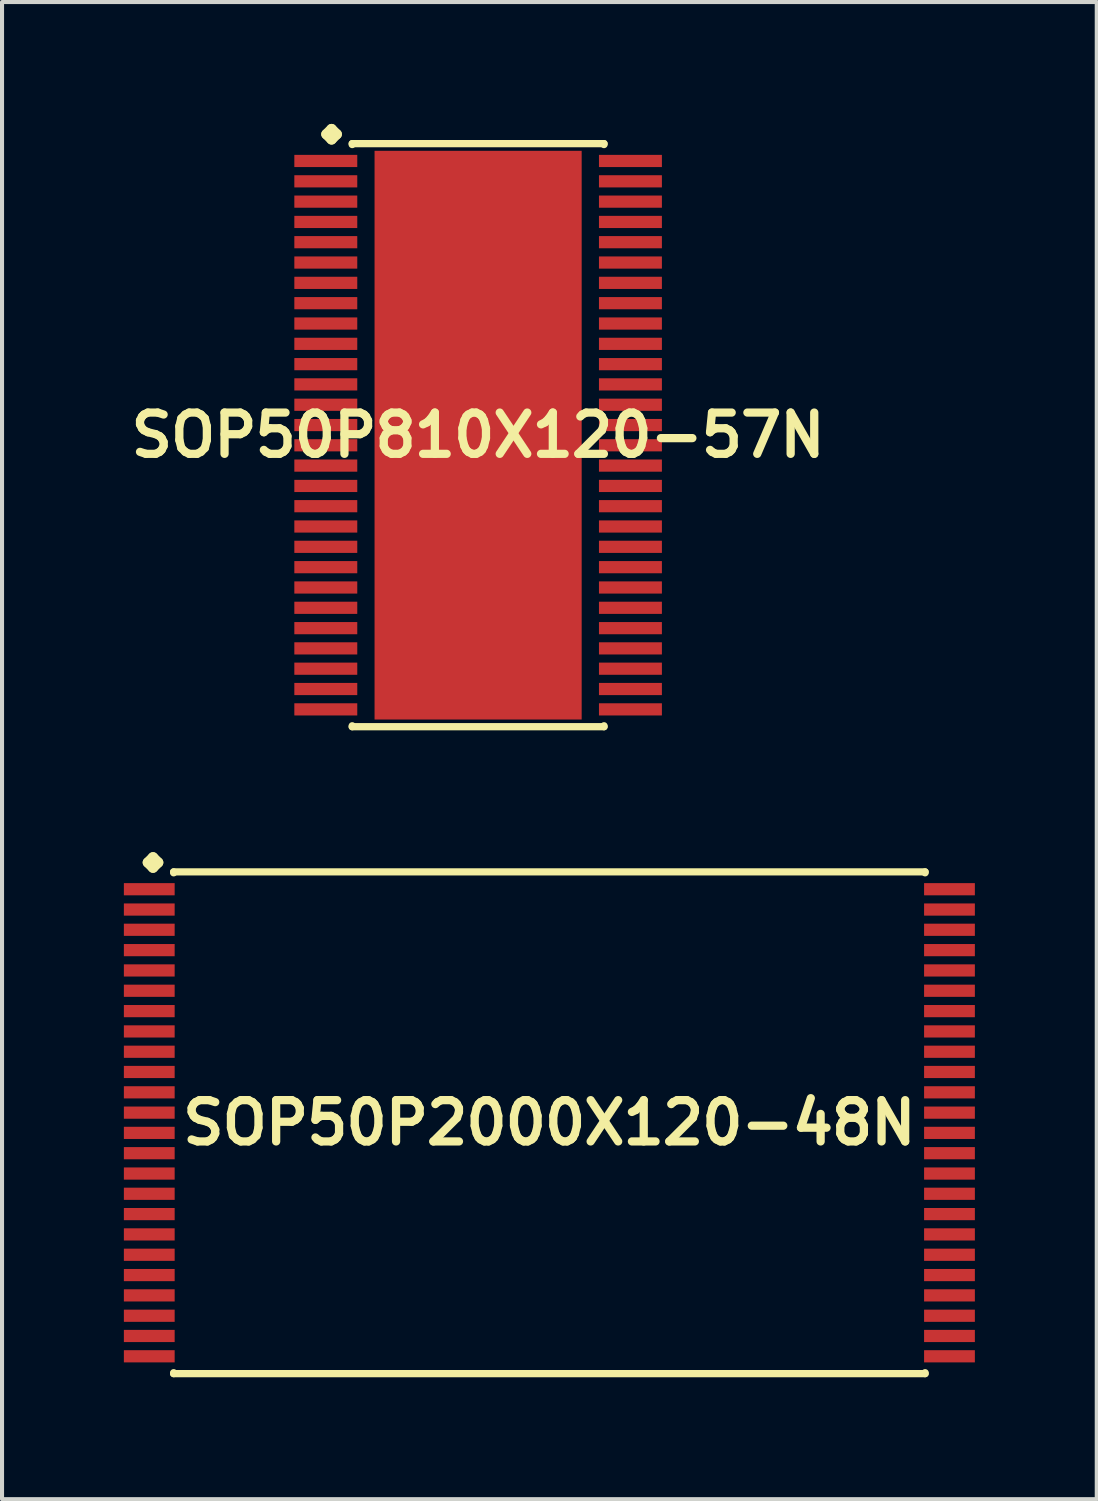
<source format=kicad_pcb>
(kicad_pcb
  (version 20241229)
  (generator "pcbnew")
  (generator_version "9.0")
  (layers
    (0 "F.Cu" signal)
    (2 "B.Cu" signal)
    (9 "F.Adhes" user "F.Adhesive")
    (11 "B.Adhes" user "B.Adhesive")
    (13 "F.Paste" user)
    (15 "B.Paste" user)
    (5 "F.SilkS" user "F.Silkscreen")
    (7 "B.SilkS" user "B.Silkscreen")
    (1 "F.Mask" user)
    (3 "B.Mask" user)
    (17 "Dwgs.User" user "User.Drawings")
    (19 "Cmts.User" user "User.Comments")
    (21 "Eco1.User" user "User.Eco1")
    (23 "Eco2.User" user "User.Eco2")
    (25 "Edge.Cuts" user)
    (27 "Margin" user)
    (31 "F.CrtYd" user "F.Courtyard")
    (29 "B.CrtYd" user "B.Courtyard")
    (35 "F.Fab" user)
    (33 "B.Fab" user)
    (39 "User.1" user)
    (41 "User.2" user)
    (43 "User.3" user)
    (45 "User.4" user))
  (footprint "SOP50P810X120-57N"
    (layer "F.Cu")
    (at 8.718 7.661)
    (property "Reference" "SOP50P810X120-57N" (at 0 0 0) (layer "F.SilkS") (effects (font (size 1.016 1.016) (thickness 0.203))))
    (attr smd)
    (fp_line (start -3.734 -7.407) (end -3.607 -7.534) (stroke (width 0.254) (type solid)) (layer "F.SilkS"))
    (fp_line (start -3.607 -7.534) (end -3.48 -7.407) (stroke (width 0.254) (type solid)) (layer "F.SilkS"))
    (fp_line (start -3.607 -7.28) (end -3.734 -7.407) (stroke (width 0.254) (type solid)) (layer "F.SilkS"))
    (fp_line (start -3.48 -7.407) (end -3.607 -7.28) (stroke (width 0.254) (type solid)) (layer "F.SilkS"))
    (fp_line (start -3.099 -7.176) (end 3.099 -7.176) (stroke (width 0.178) (type solid)) (layer "F.SilkS"))
    (fp_line (start -3.099 -7.153) (end -3.099 -7.176) (stroke (width 0.178) (type solid)) (layer "F.SilkS"))
    (fp_line (start -3.099 7.153) (end -3.099 7.176) (stroke (width 0.178) (type solid)) (layer "F.SilkS"))
    (fp_line (start -3.099 7.176) (end 3.099 7.176) (stroke (width 0.178) (type solid)) (layer "F.SilkS"))
    (fp_line (start 3.099 -7.176) (end 3.099 -7.153) (stroke (width 0.178) (type solid)) (layer "F.SilkS"))
    (fp_line (start 3.099 7.176) (end 3.099 7.153) (stroke (width 0.178) (type solid)) (layer "F.SilkS"))
    (pad "1" smd rect (at -3.749 -6.749) (size 1.549 0.3) (layers "F.Cu" "F.Mask" "F.Paste"))
    (pad "2" smd rect (at -3.749 -6.248) (size 1.549 0.3) (layers "F.Cu" "F.Mask" "F.Paste"))
    (pad "3" smd rect (at -3.749 -5.748) (size 1.549 0.3) (layers "F.Cu" "F.Mask" "F.Paste"))
    (pad "4" smd rect (at -3.749 -5.248) (size 1.549 0.3) (layers "F.Cu" "F.Mask" "F.Paste"))
    (pad "5" smd rect (at -3.749 -4.75) (size 1.549 0.3) (layers "F.Cu" "F.Mask" "F.Paste"))
    (pad "6" smd rect (at -3.749 -4.249) (size 1.549 0.3) (layers "F.Cu" "F.Mask" "F.Paste"))
    (pad "7" smd rect (at -3.749 -3.749) (size 1.549 0.3) (layers "F.Cu" "F.Mask" "F.Paste"))
    (pad "8" smd rect (at -3.749 -3.249) (size 1.549 0.3) (layers "F.Cu" "F.Mask" "F.Paste"))
    (pad "9" smd rect (at -3.749 -2.748) (size 1.549 0.3) (layers "F.Cu" "F.Mask" "F.Paste"))
    (pad "10" smd rect (at -3.749 -2.248) (size 1.549 0.3) (layers "F.Cu" "F.Mask" "F.Paste"))
    (pad "11" smd rect (at -3.749 -1.748) (size 1.549 0.3) (layers "F.Cu" "F.Mask" "F.Paste"))
    (pad "12" smd rect (at -3.749 -1.25) (size 1.549 0.3) (layers "F.Cu" "F.Mask" "F.Paste"))
    (pad "13" smd rect (at -3.749 -0.749) (size 1.549 0.3) (layers "F.Cu" "F.Mask" "F.Paste"))
    (pad "14" smd rect (at -3.749 -0.249) (size 1.549 0.3) (layers "F.Cu" "F.Mask" "F.Paste"))
    (pad "15" smd rect (at -3.749 0.249) (size 1.549 0.3) (layers "F.Cu" "F.Mask" "F.Paste"))
    (pad "16" smd rect (at -3.749 0.749) (size 1.549 0.3) (layers "F.Cu" "F.Mask" "F.Paste"))
    (pad "17" smd rect (at -3.749 1.25) (size 1.549 0.3) (layers "F.Cu" "F.Mask" "F.Paste"))
    (pad "18" smd rect (at -3.749 1.748) (size 1.549 0.3) (layers "F.Cu" "F.Mask" "F.Paste"))
    (pad "19" smd rect (at -3.749 2.248) (size 1.549 0.3) (layers "F.Cu" "F.Mask" "F.Paste"))
    (pad "20" smd rect (at -3.749 2.748) (size 1.549 0.3) (layers "F.Cu" "F.Mask" "F.Paste"))
    (pad "21" smd rect (at -3.749 3.249) (size 1.549 0.3) (layers "F.Cu" "F.Mask" "F.Paste"))
    (pad "22" smd rect (at -3.749 3.749) (size 1.549 0.3) (layers "F.Cu" "F.Mask" "F.Paste"))
    (pad "23" smd rect (at -3.749 4.249) (size 1.549 0.3) (layers "F.Cu" "F.Mask" "F.Paste"))
    (pad "24" smd rect (at -3.749 4.75) (size 1.549 0.3) (layers "F.Cu" "F.Mask" "F.Paste"))
    (pad "25" smd rect (at -3.749 5.248) (size 1.549 0.3) (layers "F.Cu" "F.Mask" "F.Paste"))
    (pad "26" smd rect (at -3.749 5.748) (size 1.549 0.3) (layers "F.Cu" "F.Mask" "F.Paste"))
    (pad "27" smd rect (at -3.749 6.248) (size 1.549 0.3) (layers "F.Cu" "F.Mask" "F.Paste"))
    (pad "28" smd rect (at -3.749 6.749) (size 1.549 0.3) (layers "F.Cu" "F.Mask" "F.Paste"))
    (pad "29" smd rect (at 3.749 6.749) (size 1.549 0.3) (layers "F.Cu" "F.Mask" "F.Paste"))
    (pad "30" smd rect (at 3.749 6.248) (size 1.549 0.3) (layers "F.Cu" "F.Mask" "F.Paste"))
    (pad "31" smd rect (at 3.749 5.748) (size 1.549 0.3) (layers "F.Cu" "F.Mask" "F.Paste"))
    (pad "32" smd rect (at 3.749 5.248) (size 1.549 0.3) (layers "F.Cu" "F.Mask" "F.Paste"))
    (pad "33" smd rect (at 3.749 4.75) (size 1.549 0.3) (layers "F.Cu" "F.Mask" "F.Paste"))
    (pad "34" smd rect (at 3.749 4.249) (size 1.549 0.3) (layers "F.Cu" "F.Mask" "F.Paste"))
    (pad "35" smd rect (at 3.749 3.749) (size 1.549 0.3) (layers "F.Cu" "F.Mask" "F.Paste"))
    (pad "36" smd rect (at 3.749 3.249) (size 1.549 0.3) (layers "F.Cu" "F.Mask" "F.Paste"))
    (pad "37" smd rect (at 3.749 2.748) (size 1.549 0.3) (layers "F.Cu" "F.Mask" "F.Paste"))
    (pad "38" smd rect (at 3.749 2.248) (size 1.549 0.3) (layers "F.Cu" "F.Mask" "F.Paste"))
    (pad "39" smd rect (at 3.749 1.748) (size 1.549 0.3) (layers "F.Cu" "F.Mask" "F.Paste"))
    (pad "40" smd rect (at 3.749 1.25) (size 1.549 0.3) (layers "F.Cu" "F.Mask" "F.Paste"))
    (pad "41" smd rect (at 3.749 0.749) (size 1.549 0.3) (layers "F.Cu" "F.Mask" "F.Paste"))
    (pad "42" smd rect (at 3.749 0.249) (size 1.549 0.3) (layers "F.Cu" "F.Mask" "F.Paste"))
    (pad "43" smd rect (at 3.749 -0.249) (size 1.549 0.3) (layers "F.Cu" "F.Mask" "F.Paste"))
    (pad "44" smd rect (at 3.749 -0.749) (size 1.549 0.3) (layers "F.Cu" "F.Mask" "F.Paste"))
    (pad "45" smd rect (at 3.749 -1.25) (size 1.549 0.3) (layers "F.Cu" "F.Mask" "F.Paste"))
    (pad "46" smd rect (at 3.749 -1.748) (size 1.549 0.3) (layers "F.Cu" "F.Mask" "F.Paste"))
    (pad "47" smd rect (at 3.749 -2.248) (size 1.549 0.3) (layers "F.Cu" "F.Mask" "F.Paste"))
    (pad "48" smd rect (at 3.749 -2.748) (size 1.549 0.3) (layers "F.Cu" "F.Mask" "F.Paste"))
    (pad "49" smd rect (at 3.749 -3.249) (size 1.549 0.3) (layers "F.Cu" "F.Mask" "F.Paste"))
    (pad "50" smd rect (at 3.749 -3.749) (size 1.549 0.3) (layers "F.Cu" "F.Mask" "F.Paste"))
    (pad "51" smd rect (at 3.749 -4.249) (size 1.549 0.3) (layers "F.Cu" "F.Mask" "F.Paste"))
    (pad "52" smd rect (at 3.749 -4.75) (size 1.549 0.3) (layers "F.Cu" "F.Mask" "F.Paste"))
    (pad "53" smd rect (at 3.749 -5.248) (size 1.549 0.3) (layers "F.Cu" "F.Mask" "F.Paste"))
    (pad "54" smd rect (at 3.749 -5.748) (size 1.549 0.3) (layers "F.Cu" "F.Mask" "F.Paste"))
    (pad "55" smd rect (at 3.749 -6.248) (size 1.549 0.3) (layers "F.Cu" "F.Mask" "F.Paste"))
    (pad "56" smd rect (at 3.749 -6.749) (size 1.549 0.3) (layers "F.Cu" "F.Mask" "F.Paste"))
    (pad "57" smd rect (at 0 0) (size 5.098 13.998) (layers "F.Cu" "F.Mask" "F.Paste")))
  (footprint "SOP50P2000X120-48N"
    (layer "F.Cu")
    (at 10.472 24.585)
    (property "Reference" "SOP50P2000X120-48N" (at 0 0 0) (layer "F.SilkS") (effects (font (size 1.016 1.016) (thickness 0.203))))
    (attr smd)
    (fp_line (start -9.883 -6.406) (end -9.756 -6.533) (stroke (width 0.254) (type solid)) (layer "F.SilkS"))
    (fp_line (start -9.756 -6.533) (end -9.629 -6.406) (stroke (width 0.254) (type solid)) (layer "F.SilkS"))
    (fp_line (start -9.756 -6.279) (end -9.883 -6.406) (stroke (width 0.254) (type solid)) (layer "F.SilkS"))
    (fp_line (start -9.629 -6.406) (end -9.756 -6.279) (stroke (width 0.254) (type solid)) (layer "F.SilkS"))
    (fp_line (start -9.248 -6.175) (end 9.248 -6.175) (stroke (width 0.178) (type solid)) (layer "F.SilkS"))
    (fp_line (start -9.248 -6.152) (end -9.248 -6.175) (stroke (width 0.178) (type solid)) (layer "F.SilkS"))
    (fp_line (start -9.248 6.152) (end -9.248 6.175) (stroke (width 0.178) (type solid)) (layer "F.SilkS"))
    (fp_line (start -9.248 6.175) (end 9.248 6.175) (stroke (width 0.178) (type solid)) (layer "F.SilkS"))
    (fp_line (start 9.248 -6.175) (end 9.248 -6.152) (stroke (width 0.178) (type solid)) (layer "F.SilkS"))
    (fp_line (start 9.248 6.175) (end 9.248 6.152) (stroke (width 0.178) (type solid)) (layer "F.SilkS"))
    (pad "1" smd rect (at -9.848 -5.748) (size 1.25 0.3) (layers "F.Cu" "F.Mask" "F.Paste"))
    (pad "2" smd rect (at -9.848 -5.248) (size 1.25 0.3) (layers "F.Cu" "F.Mask" "F.Paste"))
    (pad "3" smd rect (at -9.848 -4.75) (size 1.25 0.3) (layers "F.Cu" "F.Mask" "F.Paste"))
    (pad "4" smd rect (at -9.848 -4.249) (size 1.25 0.3) (layers "F.Cu" "F.Mask" "F.Paste"))
    (pad "5" smd rect (at -9.848 -3.749) (size 1.25 0.3) (layers "F.Cu" "F.Mask" "F.Paste"))
    (pad "6" smd rect (at -9.848 -3.249) (size 1.25 0.3) (layers "F.Cu" "F.Mask" "F.Paste"))
    (pad "7" smd rect (at -9.848 -2.748) (size 1.25 0.3) (layers "F.Cu" "F.Mask" "F.Paste"))
    (pad "8" smd rect (at -9.848 -2.248) (size 1.25 0.3) (layers "F.Cu" "F.Mask" "F.Paste"))
    (pad "9" smd rect (at -9.848 -1.748) (size 1.25 0.3) (layers "F.Cu" "F.Mask" "F.Paste"))
    (pad "10" smd rect (at -9.848 -1.25) (size 1.25 0.3) (layers "F.Cu" "F.Mask" "F.Paste"))
    (pad "11" smd rect (at -9.848 -0.749) (size 1.25 0.3) (layers "F.Cu" "F.Mask" "F.Paste"))
    (pad "12" smd rect (at -9.848 -0.249) (size 1.25 0.3) (layers "F.Cu" "F.Mask" "F.Paste"))
    (pad "13" smd rect (at -9.848 0.249) (size 1.25 0.3) (layers "F.Cu" "F.Mask" "F.Paste"))
    (pad "14" smd rect (at -9.848 0.749) (size 1.25 0.3) (layers "F.Cu" "F.Mask" "F.Paste"))
    (pad "15" smd rect (at -9.848 1.25) (size 1.25 0.3) (layers "F.Cu" "F.Mask" "F.Paste"))
    (pad "16" smd rect (at -9.848 1.748) (size 1.25 0.3) (layers "F.Cu" "F.Mask" "F.Paste"))
    (pad "17" smd rect (at -9.848 2.248) (size 1.25 0.3) (layers "F.Cu" "F.Mask" "F.Paste"))
    (pad "18" smd rect (at -9.848 2.748) (size 1.25 0.3) (layers "F.Cu" "F.Mask" "F.Paste"))
    (pad "19" smd rect (at -9.848 3.249) (size 1.25 0.3) (layers "F.Cu" "F.Mask" "F.Paste"))
    (pad "20" smd rect (at -9.848 3.749) (size 1.25 0.3) (layers "F.Cu" "F.Mask" "F.Paste"))
    (pad "21" smd rect (at -9.848 4.249) (size 1.25 0.3) (layers "F.Cu" "F.Mask" "F.Paste"))
    (pad "22" smd rect (at -9.848 4.75) (size 1.25 0.3) (layers "F.Cu" "F.Mask" "F.Paste"))
    (pad "23" smd rect (at -9.848 5.248) (size 1.25 0.3) (layers "F.Cu" "F.Mask" "F.Paste"))
    (pad "24" smd rect (at -9.848 5.748) (size 1.25 0.3) (layers "F.Cu" "F.Mask" "F.Paste"))
    (pad "25" smd rect (at 9.848 5.748) (size 1.25 0.3) (layers "F.Cu" "F.Mask" "F.Paste"))
    (pad "26" smd rect (at 9.848 5.248) (size 1.25 0.3) (layers "F.Cu" "F.Mask" "F.Paste"))
    (pad "27" smd rect (at 9.848 4.75) (size 1.25 0.3) (layers "F.Cu" "F.Mask" "F.Paste"))
    (pad "28" smd rect (at 9.848 4.249) (size 1.25 0.3) (layers "F.Cu" "F.Mask" "F.Paste"))
    (pad "29" smd rect (at 9.848 3.749) (size 1.25 0.3) (layers "F.Cu" "F.Mask" "F.Paste"))
    (pad "30" smd rect (at 9.848 3.249) (size 1.25 0.3) (layers "F.Cu" "F.Mask" "F.Paste"))
    (pad "31" smd rect (at 9.848 2.748) (size 1.25 0.3) (layers "F.Cu" "F.Mask" "F.Paste"))
    (pad "32" smd rect (at 9.848 2.248) (size 1.25 0.3) (layers "F.Cu" "F.Mask" "F.Paste"))
    (pad "33" smd rect (at 9.848 1.748) (size 1.25 0.3) (layers "F.Cu" "F.Mask" "F.Paste"))
    (pad "34" smd rect (at 9.848 1.25) (size 1.25 0.3) (layers "F.Cu" "F.Mask" "F.Paste"))
    (pad "35" smd rect (at 9.848 0.749) (size 1.25 0.3) (layers "F.Cu" "F.Mask" "F.Paste"))
    (pad "36" smd rect (at 9.848 0.249) (size 1.25 0.3) (layers "F.Cu" "F.Mask" "F.Paste"))
    (pad "37" smd rect (at 9.848 -0.249) (size 1.25 0.3) (layers "F.Cu" "F.Mask" "F.Paste"))
    (pad "38" smd rect (at 9.848 -0.749) (size 1.25 0.3) (layers "F.Cu" "F.Mask" "F.Paste"))
    (pad "39" smd rect (at 9.848 -1.25) (size 1.25 0.3) (layers "F.Cu" "F.Mask" "F.Paste"))
    (pad "40" smd rect (at 9.848 -1.748) (size 1.25 0.3) (layers "F.Cu" "F.Mask" "F.Paste"))
    (pad "41" smd rect (at 9.848 -2.248) (size 1.25 0.3) (layers "F.Cu" "F.Mask" "F.Paste"))
    (pad "42" smd rect (at 9.848 -2.748) (size 1.25 0.3) (layers "F.Cu" "F.Mask" "F.Paste"))
    (pad "43" smd rect (at 9.848 -3.249) (size 1.25 0.3) (layers "F.Cu" "F.Mask" "F.Paste"))
    (pad "44" smd rect (at 9.848 -3.749) (size 1.25 0.3) (layers "F.Cu" "F.Mask" "F.Paste"))
    (pad "45" smd rect (at 9.848 -4.249) (size 1.25 0.3) (layers "F.Cu" "F.Mask" "F.Paste"))
    (pad "46" smd rect (at 9.848 -4.75) (size 1.25 0.3) (layers "F.Cu" "F.Mask" "F.Paste"))
    (pad "47" smd rect (at 9.848 -5.248) (size 1.25 0.3) (layers "F.Cu" "F.Mask" "F.Paste"))
    (pad "48" smd rect (at 9.848 -5.748) (size 1.25 0.3) (layers "F.Cu" "F.Mask" "F.Paste")))
  (gr_rect
    (start -3 -3)
    (end 23.945 33.849)
    (stroke (width 0.1) (type default))
    (fill no)
    (layer "Edge.Cuts")))
</source>
